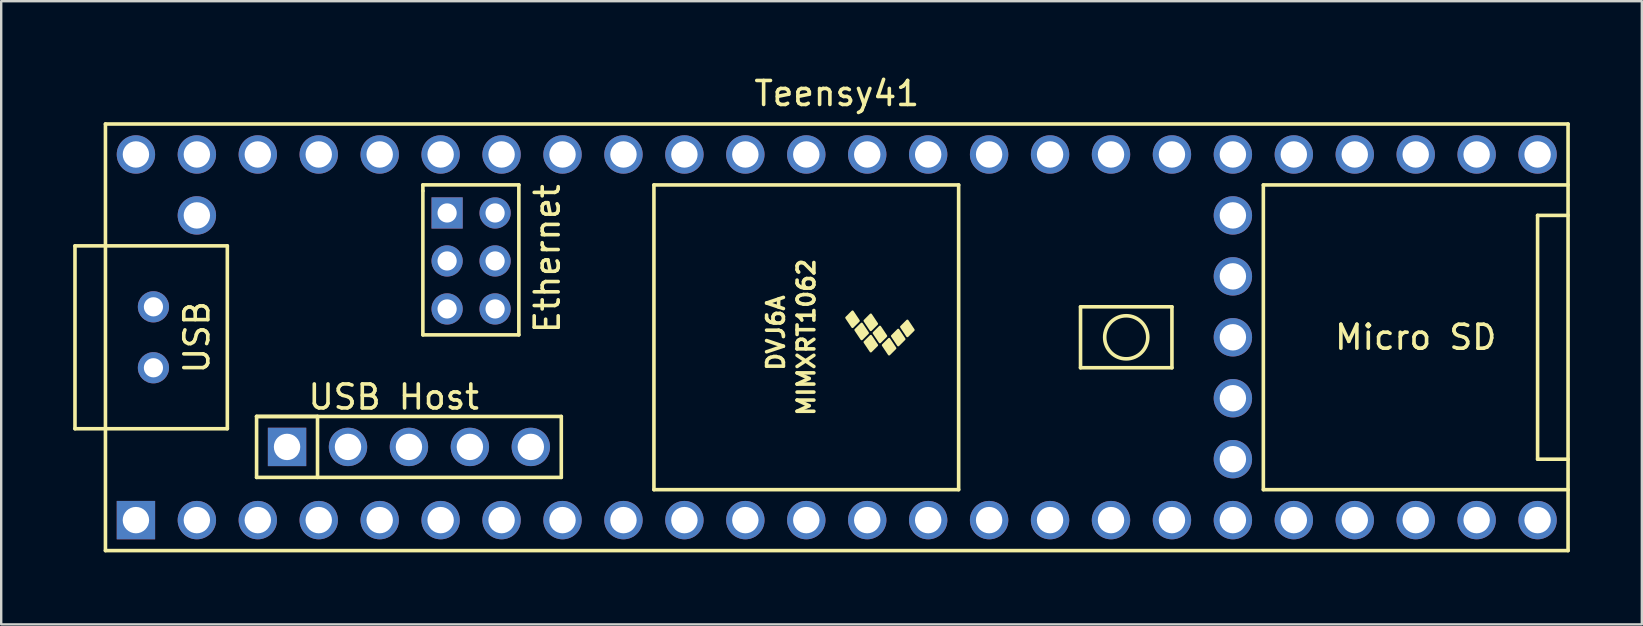
<source format=kicad_pcb>
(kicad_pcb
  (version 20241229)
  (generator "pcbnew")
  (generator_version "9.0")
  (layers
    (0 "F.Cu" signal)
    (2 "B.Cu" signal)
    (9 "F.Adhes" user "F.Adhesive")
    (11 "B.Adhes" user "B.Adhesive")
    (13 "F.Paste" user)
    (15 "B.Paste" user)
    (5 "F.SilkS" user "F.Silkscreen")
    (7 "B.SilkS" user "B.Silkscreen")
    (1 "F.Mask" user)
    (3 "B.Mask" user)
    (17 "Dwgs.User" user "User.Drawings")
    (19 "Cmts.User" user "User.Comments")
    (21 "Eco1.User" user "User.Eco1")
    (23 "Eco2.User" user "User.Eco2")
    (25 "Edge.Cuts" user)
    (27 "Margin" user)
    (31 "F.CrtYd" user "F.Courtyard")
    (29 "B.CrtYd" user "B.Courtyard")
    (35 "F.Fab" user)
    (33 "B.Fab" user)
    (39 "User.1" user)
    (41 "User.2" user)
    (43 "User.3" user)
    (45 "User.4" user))
  (footprint "Teensy41"
    (layer "F.Cu")
    (at 31.825 11.008)
    (property "Reference" "Teensy41" (at 0 -10.16 0) (layer "F.SilkS") (effects (font (size 1 1) (thickness 0.15))))
    (attr through_hole)
    (fp_line (start -31.75 -3.81) (end -30.48 -3.81) (stroke (width 0.15) (type solid)) (layer "F.SilkS"))
    (fp_line (start -31.75 3.81) (end -31.75 -3.81) (stroke (width 0.15) (type solid)) (layer "F.SilkS"))
    (fp_line (start -30.48 -8.89) (end 30.48 -8.89) (stroke (width 0.15) (type solid)) (layer "F.SilkS"))
    (fp_line (start -30.48 3.81) (end -31.75 3.81) (stroke (width 0.15) (type solid)) (layer "F.SilkS"))
    (fp_line (start -30.48 8.89) (end -30.48 -8.89) (stroke (width 0.15) (type solid)) (layer "F.SilkS"))
    (fp_line (start -25.4 -3.81) (end -30.48 -3.81) (stroke (width 0.15) (type solid)) (layer "F.SilkS"))
    (fp_line (start -25.4 3.81) (end -30.48 3.81) (stroke (width 0.15) (type solid)) (layer "F.SilkS"))
    (fp_line (start -25.4 3.81) (end -25.4 -3.81) (stroke (width 0.15) (type solid)) (layer "F.SilkS"))
    (fp_line (start -24.181 3.299) (end -21.641 3.299) (stroke (width 0.15) (type solid)) (layer "F.SilkS"))
    (fp_line (start -24.181 3.299) (end -11.481 3.299) (stroke (width 0.15) (type solid)) (layer "F.SilkS"))
    (fp_line (start -24.181 5.839) (end -24.181 3.299) (stroke (width 0.15) (type solid)) (layer "F.SilkS"))
    (fp_line (start -21.641 3.299) (end -21.641 5.839) (stroke (width 0.15) (type solid)) (layer "F.SilkS"))
    (fp_line (start -17.25 -6.352) (end -17.25 -6.102) (stroke (width 0.15) (type solid)) (layer "F.SilkS"))
    (fp_line (start -17.25 -6.102) (end -17.25 -0.102) (stroke (width 0.15) (type solid)) (layer "F.SilkS"))
    (fp_line (start -17.25 -0.102) (end -13.25 -0.102) (stroke (width 0.15) (type solid)) (layer "F.SilkS"))
    (fp_line (start -13.25 -6.352) (end -17.25 -6.352) (stroke (width 0.15) (type solid)) (layer "F.SilkS"))
    (fp_line (start -13.25 -0.102) (end -13.25 -6.352) (stroke (width 0.15) (type solid)) (layer "F.SilkS"))
    (fp_line (start -11.481 3.299) (end -11.481 5.839) (stroke (width 0.15) (type solid)) (layer "F.SilkS"))
    (fp_line (start -11.481 5.839) (end -24.181 5.839) (stroke (width 0.15) (type solid)) (layer "F.SilkS"))
    (fp_line (start -7.62 -6.35) (end -7.62 6.35) (stroke (width 0.15) (type solid)) (layer "F.SilkS"))
    (fp_line (start -7.62 6.35) (end 5.08 6.35) (stroke (width 0.15) (type solid)) (layer "F.SilkS"))
    (fp_line (start 5.08 -6.35) (end -7.62 -6.35) (stroke (width 0.15) (type solid)) (layer "F.SilkS"))
    (fp_line (start 5.08 6.35) (end 5.08 -6.35) (stroke (width 0.15) (type solid)) (layer "F.SilkS"))
    (fp_line (start 10.16 -1.27) (end 13.97 -1.27) (stroke (width 0.15) (type solid)) (layer "F.SilkS"))
    (fp_line (start 10.16 1.27) (end 10.16 -1.27) (stroke (width 0.15) (type solid)) (layer "F.SilkS"))
    (fp_line (start 13.97 -1.27) (end 13.97 1.27) (stroke (width 0.15) (type solid)) (layer "F.SilkS"))
    (fp_line (start 13.97 1.27) (end 10.16 1.27) (stroke (width 0.15) (type solid)) (layer "F.SilkS"))
    (fp_line (start 17.78 -6.35) (end 17.78 6.35) (stroke (width 0.15) (type solid)) (layer "F.SilkS"))
    (fp_line (start 17.78 6.35) (end 30.48 6.35) (stroke (width 0.15) (type solid)) (layer "F.SilkS"))
    (fp_line (start 29.21 -5.08) (end 29.21 5.08) (stroke (width 0.15) (type solid)) (layer "F.SilkS"))
    (fp_line (start 29.21 5.08) (end 30.48 5.08) (stroke (width 0.15) (type solid)) (layer "F.SilkS"))
    (fp_line (start 30.48 -8.89) (end 30.48 8.89) (stroke (width 0.15) (type solid)) (layer "F.SilkS"))
    (fp_line (start 30.48 -6.35) (end 17.78 -6.35) (stroke (width 0.15) (type solid)) (layer "F.SilkS"))
    (fp_line (start 30.48 -5.08) (end 29.21 -5.08) (stroke (width 0.15) (type solid)) (layer "F.SilkS"))
    (fp_line (start 30.48 8.89) (end -30.48 8.89) (stroke (width 0.15) (type solid)) (layer "F.SilkS"))
    (fp_circle (center 12.065 0) (end 12.7 -0.635) (stroke (width 0.15) (type solid)) (fill no) (layer "F.SilkS"))
    (fp_poly (pts (xy 0.911 -0.688) (xy 0.657 -0.434) (xy 0.403 -0.815) (xy 0.657 -1.069)) (stroke (width 0.1) (type solid)) (fill yes) (layer "F.SilkS"))
    (fp_poly (pts (xy 1.292 -0.18) (xy 1.038 0.074) (xy 0.784 -0.307) (xy 1.038 -0.561)) (stroke (width 0.1) (type solid)) (fill yes) (layer "F.SilkS"))
    (fp_poly (pts (xy 1.673 -0.561) (xy 1.419 -0.307) (xy 1.165 -0.688) (xy 1.419 -0.942)) (stroke (width 0.1) (type solid)) (fill yes) (layer "F.SilkS"))
    (fp_poly (pts (xy 1.673 0.328) (xy 1.419 0.582) (xy 1.165 0.201) (xy 1.419 -0.053)) (stroke (width 0.1) (type solid)) (fill yes) (layer "F.SilkS"))
    (fp_poly (pts (xy 2.054 -0.053) (xy 1.8 0.201) (xy 1.546 -0.18) (xy 1.8 -0.434)) (stroke (width 0.1) (type solid)) (fill yes) (layer "F.SilkS"))
    (fp_poly (pts (xy 2.435 0.455) (xy 2.181 0.709) (xy 1.927 0.328) (xy 2.181 0.074)) (stroke (width 0.1) (type solid)) (fill yes) (layer "F.SilkS"))
    (fp_poly (pts (xy 2.816 0.074) (xy 2.562 0.328) (xy 2.308 -0.053) (xy 2.562 -0.307)) (stroke (width 0.1) (type solid)) (fill yes) (layer "F.SilkS"))
    (fp_poly (pts (xy 3.197 -0.307) (xy 2.943 -0.053) (xy 2.689 -0.434) (xy 2.943 -0.688)) (stroke (width 0.1) (type solid)) (fill yes) (layer "F.SilkS"))
    (fp_text user "DVJ6A" (at -2.54 -0.18 270) (layer "F.SilkS") (effects (font (size 0.7 0.7) (thickness 0.15))))
    (fp_text user "Micro SD" (at 24.13 0 0) (layer "F.SilkS") (effects (font (size 1 1) (thickness 0.15))))
    (fp_text user "USB" (at -26.67 0 270) (layer "F.SilkS") (effects (font (size 1 1) (thickness 0.15))))
    (fp_text user "USB Host" (at -18.466 2.489 0) (layer "F.SilkS") (effects (font (size 1 1) (thickness 0.15))))
    (fp_text user "Ethernet" (at -12.065 -3.277 90) (layer "F.SilkS") (effects (font (size 1 1) (thickness 0.15))))
    (fp_text user "MIMXRT1062" (at -1.27 0 270) (layer "F.SilkS") (effects (font (size 0.7 0.7) (thickness 0.15))))
    (pad "1" thru_hole rect (at -29.21 7.62) (size 1.6 1.6) (drill 1.1) (layers "*.Cu" "*.Mask"))
    (pad "2" thru_hole circle (at -26.67 7.62) (size 1.6 1.6) (drill 1.1) (layers "*.Cu" "*.Mask"))
    (pad "3" thru_hole circle (at -24.13 7.62) (size 1.6 1.6) (drill 1.1) (layers "*.Cu" "*.Mask"))
    (pad "4" thru_hole circle (at -21.59 7.62) (size 1.6 1.6) (drill 1.1) (layers "*.Cu" "*.Mask"))
    (pad "5" thru_hole circle (at -19.05 7.62) (size 1.6 1.6) (drill 1.1) (layers "*.Cu" "*.Mask"))
    (pad "6" thru_hole circle (at -16.51 7.62) (size 1.6 1.6) (drill 1.1) (layers "*.Cu" "*.Mask"))
    (pad "7" thru_hole circle (at -13.97 7.62) (size 1.6 1.6) (drill 1.1) (layers "*.Cu" "*.Mask"))
    (pad "8" thru_hole circle (at -11.43 7.62) (size 1.6 1.6) (drill 1.1) (layers "*.Cu" "*.Mask"))
    (pad "9" thru_hole circle (at -8.89 7.62) (size 1.6 1.6) (drill 1.1) (layers "*.Cu" "*.Mask"))
    (pad "10" thru_hole circle (at -6.35 7.62) (size 1.6 1.6) (drill 1.1) (layers "*.Cu" "*.Mask"))
    (pad "11" thru_hole circle (at -3.81 7.62) (size 1.6 1.6) (drill 1.1) (layers "*.Cu" "*.Mask"))
    (pad "12" thru_hole circle (at -1.27 7.62) (size 1.6 1.6) (drill 1.1) (layers "*.Cu" "*.Mask"))
    (pad "13" thru_hole circle (at 1.27 7.62) (size 1.6 1.6) (drill 1.1) (layers "*.Cu" "*.Mask"))
    (pad "14" thru_hole circle (at 3.81 7.62) (size 1.6 1.6) (drill 1.1) (layers "*.Cu" "*.Mask"))
    (pad "15" thru_hole circle (at 6.35 7.62) (size 1.6 1.6) (drill 1.1) (layers "*.Cu" "*.Mask"))
    (pad "16" thru_hole circle (at 8.89 7.62) (size 1.6 1.6) (drill 1.1) (layers "*.Cu" "*.Mask"))
    (pad "17" thru_hole circle (at 11.43 7.62) (size 1.6 1.6) (drill 1.1) (layers "*.Cu" "*.Mask"))
    (pad "18" thru_hole circle (at 13.97 7.62) (size 1.6 1.6) (drill 1.1) (layers "*.Cu" "*.Mask"))
    (pad "19" thru_hole circle (at 16.51 7.62) (size 1.6 1.6) (drill 1.1) (layers "*.Cu" "*.Mask"))
    (pad "20" thru_hole circle (at 19.05 7.62) (size 1.6 1.6) (drill 1.1) (layers "*.Cu" "*.Mask"))
    (pad "21" thru_hole circle (at 21.59 7.62) (size 1.6 1.6) (drill 1.1) (layers "*.Cu" "*.Mask"))
    (pad "22" thru_hole circle (at 24.13 7.62) (size 1.6 1.6) (drill 1.1) (layers "*.Cu" "*.Mask"))
    (pad "23" thru_hole circle (at 26.67 7.62) (size 1.6 1.6) (drill 1.1) (layers "*.Cu" "*.Mask"))
    (pad "24" thru_hole circle (at 29.21 7.62) (size 1.6 1.6) (drill 1.1) (layers "*.Cu" "*.Mask"))
    (pad "25" thru_hole circle (at 29.21 -7.62) (size 1.6 1.6) (drill 1.1) (layers "*.Cu" "*.Mask"))
    (pad "26" thru_hole circle (at 26.67 -7.62) (size 1.6 1.6) (drill 1.1) (layers "*.Cu" "*.Mask"))
    (pad "27" thru_hole circle (at 24.13 -7.62) (size 1.6 1.6) (drill 1.1) (layers "*.Cu" "*.Mask"))
    (pad "28" thru_hole circle (at 21.59 -7.62) (size 1.6 1.6) (drill 1.1) (layers "*.Cu" "*.Mask"))
    (pad "29" thru_hole circle (at 19.05 -7.62) (size 1.6 1.6) (drill 1.1) (layers "*.Cu" "*.Mask"))
    (pad "30" thru_hole circle (at 16.51 -7.62) (size 1.6 1.6) (drill 1.1) (layers "*.Cu" "*.Mask"))
    (pad "31" thru_hole circle (at 13.97 -7.62) (size 1.6 1.6) (drill 1.1) (layers "*.Cu" "*.Mask"))
    (pad "32" thru_hole circle (at 11.43 -7.62) (size 1.6 1.6) (drill 1.1) (layers "*.Cu" "*.Mask"))
    (pad "33" thru_hole circle (at 8.89 -7.62) (size 1.6 1.6) (drill 1.1) (layers "*.Cu" "*.Mask"))
    (pad "34" thru_hole circle (at 6.35 -7.62) (size 1.6 1.6) (drill 1.1) (layers "*.Cu" "*.Mask"))
    (pad "35" thru_hole circle (at 3.81 -7.62) (size 1.6 1.6) (drill 1.1) (layers "*.Cu" "*.Mask"))
    (pad "36" thru_hole circle (at 1.27 -7.62) (size 1.6 1.6) (drill 1.1) (layers "*.Cu" "*.Mask"))
    (pad "37" thru_hole circle (at -1.27 -7.62) (size 1.6 1.6) (drill 1.1) (layers "*.Cu" "*.Mask"))
    (pad "38" thru_hole circle (at -3.81 -7.62) (size 1.6 1.6) (drill 1.1) (layers "*.Cu" "*.Mask"))
    (pad "39" thru_hole circle (at -6.35 -7.62) (size 1.6 1.6) (drill 1.1) (layers "*.Cu" "*.Mask"))
    (pad "40" thru_hole circle (at -8.89 -7.62) (size 1.6 1.6) (drill 1.1) (layers "*.Cu" "*.Mask"))
    (pad "41" thru_hole circle (at -11.43 -7.62) (size 1.6 1.6) (drill 1.1) (layers "*.Cu" "*.Mask"))
    (pad "42" thru_hole circle (at -13.97 -7.62) (size 1.6 1.6) (drill 1.1) (layers "*.Cu" "*.Mask"))
    (pad "43" thru_hole circle (at -16.51 -7.62) (size 1.6 1.6) (drill 1.1) (layers "*.Cu" "*.Mask"))
    (pad "44" thru_hole circle (at -19.05 -7.62) (size 1.6 1.6) (drill 1.1) (layers "*.Cu" "*.Mask"))
    (pad "45" thru_hole circle (at -21.59 -7.62) (size 1.6 1.6) (drill 1.1) (layers "*.Cu" "*.Mask"))
    (pad "46" thru_hole circle (at -24.13 -7.62) (size 1.6 1.6) (drill 1.1) (layers "*.Cu" "*.Mask"))
    (pad "47" thru_hole circle (at -26.67 -7.62) (size 1.6 1.6) (drill 1.1) (layers "*.Cu" "*.Mask"))
    (pad "48" thru_hole circle (at -29.21 -7.62) (size 1.6 1.6) (drill 1.1) (layers "*.Cu" "*.Mask"))
    (pad "49" thru_hole circle (at -26.67 -5.08) (size 1.6 1.6) (drill 1.1) (layers "*.Cu" "*.Mask"))
    (pad "50" thru_hole circle (at 16.51 5.08) (size 1.6 1.6) (drill 1.1) (layers "*.Cu" "*.Mask"))
    (pad "51" thru_hole circle (at 16.51 2.54) (size 1.6 1.6) (drill 1.1) (layers "*.Cu" "*.Mask"))
    (pad "52" thru_hole circle (at 16.51 0) (size 1.6 1.6) (drill 1.1) (layers "*.Cu" "*.Mask"))
    (pad "53" thru_hole circle (at 16.51 -2.54) (size 1.6 1.6) (drill 1.1) (layers "*.Cu" "*.Mask"))
    (pad "54" thru_hole circle (at 16.51 -5.08) (size 1.6 1.6) (drill 1.1) (layers "*.Cu" "*.Mask"))
    (pad "55" thru_hole rect (at -22.911 4.569) (size 1.6 1.6) (drill 1.1) (layers "*.Cu" "*.Mask"))
    (pad "56" thru_hole circle (at -20.371 4.569) (size 1.6 1.6) (drill 1.1) (layers "*.Cu" "*.Mask"))
    (pad "57" thru_hole circle (at -17.831 4.569) (size 1.6 1.6) (drill 1.1) (layers "*.Cu" "*.Mask"))
    (pad "58" thru_hole circle (at -15.291 4.569) (size 1.6 1.6) (drill 1.1) (layers "*.Cu" "*.Mask"))
    (pad "59" thru_hole circle (at -12.751 4.569) (size 1.6 1.6) (drill 1.1) (layers "*.Cu" "*.Mask"))
    (pad "60" thru_hole rect (at -16.24 -5.182) (size 1.3 1.3) (drill 0.8) (layers "*.Cu" "*.Mask"))
    (pad "61" thru_hole circle (at -16.24 -3.182) (size 1.3 1.3) (drill 0.8) (layers "*.Cu" "*.Mask"))
    (pad "62" thru_hole circle (at -16.24 -1.182) (size 1.3 1.3) (drill 0.8) (layers "*.Cu" "*.Mask"))
    (pad "63" thru_hole circle (at -14.24 -1.182) (size 1.3 1.3) (drill 0.8) (layers "*.Cu" "*.Mask"))
    (pad "64" thru_hole circle (at -14.24 -3.182) (size 1.3 1.3) (drill 0.8) (layers "*.Cu" "*.Mask"))
    (pad "65" thru_hole circle (at -14.24 -5.182) (size 1.3 1.3) (drill 0.8) (layers "*.Cu" "*.Mask"))
    (pad "66" thru_hole circle (at -28.48 -1.27) (size 1.3 1.3) (drill 0.8) (layers "*.Cu" "*.Mask"))
    (pad "67" thru_hole circle (at -28.48 1.27) (size 1.3 1.3) (drill 0.8) (layers "*.Cu" "*.Mask")))
  (gr_rect
    (start -3 -3)
    (end 65.38 22.973)
    (stroke (width 0.1) (type default))
    (fill no)
    (layer "Edge.Cuts")))
</source>
